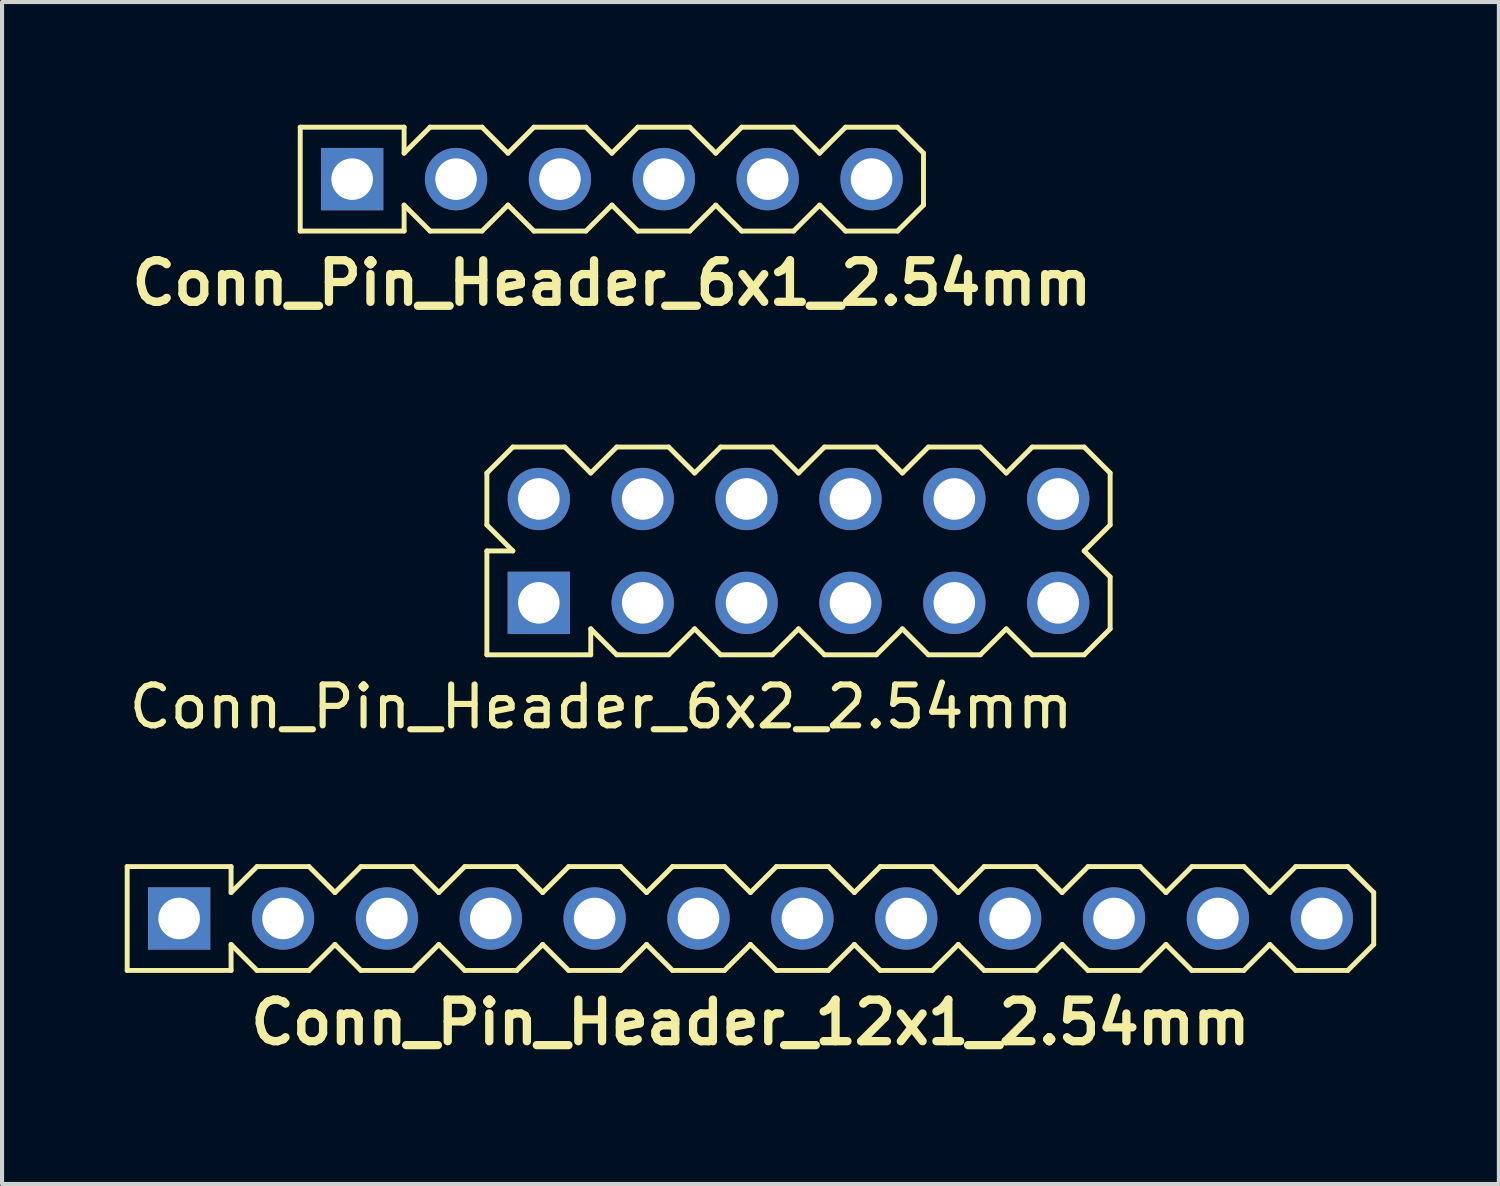
<source format=kicad_pcb>
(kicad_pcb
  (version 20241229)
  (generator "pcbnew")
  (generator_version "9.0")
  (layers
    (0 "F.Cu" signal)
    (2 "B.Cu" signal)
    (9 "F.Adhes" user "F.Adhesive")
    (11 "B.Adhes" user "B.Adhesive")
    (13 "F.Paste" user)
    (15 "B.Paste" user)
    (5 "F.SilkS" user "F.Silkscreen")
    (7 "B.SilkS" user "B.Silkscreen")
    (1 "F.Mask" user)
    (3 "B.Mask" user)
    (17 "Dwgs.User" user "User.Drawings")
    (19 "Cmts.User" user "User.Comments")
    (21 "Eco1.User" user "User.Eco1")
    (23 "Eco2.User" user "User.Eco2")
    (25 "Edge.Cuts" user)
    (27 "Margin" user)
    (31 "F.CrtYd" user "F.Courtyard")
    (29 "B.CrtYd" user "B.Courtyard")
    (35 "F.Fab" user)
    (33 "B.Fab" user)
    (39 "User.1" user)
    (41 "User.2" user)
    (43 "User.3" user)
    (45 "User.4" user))
  (footprint "Conn_Pin_Header_6x2_2.54mm"
    (layer "F.Cu")
    (at 17.745 10.421)
    (property "Reference" "Conn_Pin_Header_6x2_2.54mm" (at -6.096 3.81 0) (layer "F.SilkS") (effects (font (size 1 1) (thickness 0.15))))
    (attr through_hole)
    (fp_line (start -8.89 -1.905) (end -8.255 -2.54) (stroke (width 0.12) (type solid)) (layer "F.SilkS"))
    (fp_line (start -8.89 -0.635) (end -8.89 -1.905) (stroke (width 0.12) (type solid)) (layer "F.SilkS"))
    (fp_line (start -8.89 0) (end -8.255 0) (stroke (width 0.12) (type solid)) (layer "F.SilkS"))
    (fp_line (start -8.89 2.54) (end -8.89 0) (stroke (width 0.12) (type solid)) (layer "F.SilkS"))
    (fp_line (start -8.255 -2.54) (end -6.985 -2.54) (stroke (width 0.12) (type solid)) (layer "F.SilkS"))
    (fp_line (start -8.255 0) (end -8.89 -0.635) (stroke (width 0.12) (type solid)) (layer "F.SilkS"))
    (fp_line (start -6.985 -2.54) (end -6.35 -1.905) (stroke (width 0.12) (type solid)) (layer "F.SilkS"))
    (fp_line (start -6.35 -1.905) (end -5.715 -2.54) (stroke (width 0.12) (type solid)) (layer "F.SilkS"))
    (fp_line (start -6.35 1.905) (end -6.35 2.54) (stroke (width 0.12) (type solid)) (layer "F.SilkS"))
    (fp_line (start -6.35 2.54) (end -8.89 2.54) (stroke (width 0.12) (type solid)) (layer "F.SilkS"))
    (fp_line (start -5.715 -2.54) (end -4.445 -2.54) (stroke (width 0.12) (type solid)) (layer "F.SilkS"))
    (fp_line (start -5.715 2.54) (end -6.35 1.905) (stroke (width 0.12) (type solid)) (layer "F.SilkS"))
    (fp_line (start -4.445 -2.54) (end -3.81 -1.905) (stroke (width 0.12) (type solid)) (layer "F.SilkS"))
    (fp_line (start -4.445 2.54) (end -5.715 2.54) (stroke (width 0.12) (type solid)) (layer "F.SilkS"))
    (fp_line (start -3.81 -1.905) (end -3.175 -2.54) (stroke (width 0.12) (type solid)) (layer "F.SilkS"))
    (fp_line (start -3.81 1.905) (end -4.445 2.54) (stroke (width 0.12) (type solid)) (layer "F.SilkS"))
    (fp_line (start -3.175 -2.54) (end -1.905 -2.54) (stroke (width 0.12) (type solid)) (layer "F.SilkS"))
    (fp_line (start -3.175 2.54) (end -3.81 1.905) (stroke (width 0.12) (type solid)) (layer "F.SilkS"))
    (fp_line (start -1.905 -2.54) (end -1.27 -1.905) (stroke (width 0.12) (type solid)) (layer "F.SilkS"))
    (fp_line (start -1.905 2.54) (end -3.175 2.54) (stroke (width 0.12) (type solid)) (layer "F.SilkS"))
    (fp_line (start -1.27 -1.905) (end -0.635 -2.54) (stroke (width 0.12) (type solid)) (layer "F.SilkS"))
    (fp_line (start -1.27 1.905) (end -1.905 2.54) (stroke (width 0.12) (type solid)) (layer "F.SilkS"))
    (fp_line (start -0.635 -2.54) (end 0.635 -2.54) (stroke (width 0.12) (type solid)) (layer "F.SilkS"))
    (fp_line (start -0.635 2.54) (end -1.27 1.905) (stroke (width 0.12) (type solid)) (layer "F.SilkS"))
    (fp_line (start 0.635 -2.54) (end 1.27 -1.905) (stroke (width 0.12) (type solid)) (layer "F.SilkS"))
    (fp_line (start 0.635 2.54) (end -0.635 2.54) (stroke (width 0.12) (type solid)) (layer "F.SilkS"))
    (fp_line (start 1.27 -1.905) (end 1.905 -2.54) (stroke (width 0.12) (type solid)) (layer "F.SilkS"))
    (fp_line (start 1.27 1.905) (end 0.635 2.54) (stroke (width 0.12) (type solid)) (layer "F.SilkS"))
    (fp_line (start 1.905 -2.54) (end 3.175 -2.54) (stroke (width 0.12) (type solid)) (layer "F.SilkS"))
    (fp_line (start 1.905 2.54) (end 1.27 1.905) (stroke (width 0.12) (type solid)) (layer "F.SilkS"))
    (fp_line (start 3.175 -2.54) (end 3.81 -1.905) (stroke (width 0.12) (type solid)) (layer "F.SilkS"))
    (fp_line (start 3.175 2.54) (end 1.905 2.54) (stroke (width 0.12) (type solid)) (layer "F.SilkS"))
    (fp_line (start 3.81 -1.905) (end 4.445 -2.54) (stroke (width 0.12) (type solid)) (layer "F.SilkS"))
    (fp_line (start 3.81 1.905) (end 3.175 2.54) (stroke (width 0.12) (type solid)) (layer "F.SilkS"))
    (fp_line (start 4.445 -2.54) (end 5.715 -2.54) (stroke (width 0.12) (type solid)) (layer "F.SilkS"))
    (fp_line (start 4.445 2.54) (end 3.81 1.905) (stroke (width 0.12) (type solid)) (layer "F.SilkS"))
    (fp_line (start 5.715 -2.54) (end 6.35 -1.905) (stroke (width 0.12) (type solid)) (layer "F.SilkS"))
    (fp_line (start 5.715 0) (end 6.35 -0.635) (stroke (width 0.12) (type solid)) (layer "F.SilkS"))
    (fp_line (start 5.715 2.54) (end 4.445 2.54) (stroke (width 0.12) (type solid)) (layer "F.SilkS"))
    (fp_line (start 6.35 -0.635) (end 6.35 -1.905) (stroke (width 0.12) (type solid)) (layer "F.SilkS"))
    (fp_line (start 6.35 0.635) (end 5.715 0) (stroke (width 0.12) (type solid)) (layer "F.SilkS"))
    (fp_line (start 6.35 1.905) (end 5.715 2.54) (stroke (width 0.12) (type solid)) (layer "F.SilkS"))
    (fp_line (start 6.35 1.905) (end 6.35 0.635) (stroke (width 0.12) (type solid)) (layer "F.SilkS"))
    (pad "1" thru_hole rect (at -7.62 1.27) (size 1.524 1.524) (drill 1.016) (layers "*.Cu" "*.Mask"))
    (pad "2" thru_hole circle (at -7.62 -1.27) (size 1.524 1.524) (drill 1.016) (layers "*.Cu" "*.Mask"))
    (pad "3" thru_hole circle (at -5.08 1.27) (size 1.524 1.524) (drill 1.016) (layers "*.Cu" "*.Mask"))
    (pad "4" thru_hole circle (at -5.08 -1.27) (size 1.524 1.524) (drill 1.016) (layers "*.Cu" "*.Mask"))
    (pad "5" thru_hole circle (at -2.54 1.27) (size 1.524 1.524) (drill 1.016) (layers "*.Cu" "*.Mask"))
    (pad "6" thru_hole circle (at -2.54 -1.27) (size 1.524 1.524) (drill 1.016) (layers "*.Cu" "*.Mask"))
    (pad "7" thru_hole circle (at 0 1.27) (size 1.524 1.524) (drill 1.016) (layers "*.Cu" "*.Mask"))
    (pad "8" thru_hole circle (at 0 -1.27) (size 1.524 1.524) (drill 1.016) (layers "*.Cu" "*.Mask"))
    (pad "9" thru_hole circle (at 2.54 1.27) (size 1.524 1.524) (drill 1.016) (layers "*.Cu" "*.Mask"))
    (pad "10" thru_hole circle (at 2.54 -1.27) (size 1.524 1.524) (drill 1.016) (layers "*.Cu" "*.Mask"))
    (pad "11" thru_hole circle (at 5.08 1.27) (size 1.524 1.524) (drill 1.016) (layers "*.Cu" "*.Mask"))
    (pad "12" thru_hole circle (at 5.08 -1.27) (size 1.524 1.524) (drill 1.016) (layers "*.Cu" "*.Mask")))
  (footprint "Conn_Pin_Header_12x1_2.54mm"
    (layer "F.Cu")
    (at 15.3 19.409)
    (property "Reference" "Conn_Pin_Header_12x1_2.54mm" (at 0 2.54 0) (layer "F.SilkS") (effects (font (size 1.016 1.016) (thickness 0.203))))
    (attr through_hole)
    (fp_line (start -15.24 -1.27) (end -15.24 1.27) (stroke (width 0.12) (type solid)) (layer "F.SilkS"))
    (fp_line (start -15.24 1.27) (end -12.7 1.27) (stroke (width 0.12) (type solid)) (layer "F.SilkS"))
    (fp_line (start -12.7 -1.27) (end -15.24 -1.27) (stroke (width 0.12) (type solid)) (layer "F.SilkS"))
    (fp_line (start -12.7 -0.635) (end -12.7 -1.27) (stroke (width 0.12) (type solid)) (layer "F.SilkS"))
    (fp_line (start -12.7 0.635) (end -12.065 1.27) (stroke (width 0.12) (type solid)) (layer "F.SilkS"))
    (fp_line (start -12.7 1.27) (end -12.7 0.635) (stroke (width 0.12) (type solid)) (layer "F.SilkS"))
    (fp_line (start -12.065 -1.27) (end -12.7 -0.635) (stroke (width 0.12) (type solid)) (layer "F.SilkS"))
    (fp_line (start -12.065 1.27) (end -10.795 1.27) (stroke (width 0.12) (type solid)) (layer "F.SilkS"))
    (fp_line (start -10.795 -1.27) (end -12.065 -1.27) (stroke (width 0.12) (type solid)) (layer "F.SilkS"))
    (fp_line (start -10.795 1.27) (end -10.16 0.635) (stroke (width 0.12) (type solid)) (layer "F.SilkS"))
    (fp_line (start -10.16 -0.635) (end -10.795 -1.27) (stroke (width 0.12) (type solid)) (layer "F.SilkS"))
    (fp_line (start -10.16 0.635) (end -9.525 1.27) (stroke (width 0.12) (type solid)) (layer "F.SilkS"))
    (fp_line (start -9.525 -1.27) (end -10.16 -0.635) (stroke (width 0.12) (type solid)) (layer "F.SilkS"))
    (fp_line (start -9.525 1.27) (end -8.255 1.27) (stroke (width 0.12) (type solid)) (layer "F.SilkS"))
    (fp_line (start -8.255 -1.27) (end -9.525 -1.27) (stroke (width 0.12) (type solid)) (layer "F.SilkS"))
    (fp_line (start -8.255 1.27) (end -7.62 0.635) (stroke (width 0.12) (type solid)) (layer "F.SilkS"))
    (fp_line (start -7.62 -0.635) (end -8.255 -1.27) (stroke (width 0.12) (type solid)) (layer "F.SilkS"))
    (fp_line (start -7.62 0.635) (end -6.985 1.27) (stroke (width 0.12) (type solid)) (layer "F.SilkS"))
    (fp_line (start -6.985 -1.27) (end -7.62 -0.635) (stroke (width 0.12) (type solid)) (layer "F.SilkS"))
    (fp_line (start -6.985 1.27) (end -5.715 1.27) (stroke (width 0.12) (type solid)) (layer "F.SilkS"))
    (fp_line (start -5.715 -1.27) (end -6.985 -1.27) (stroke (width 0.12) (type solid)) (layer "F.SilkS"))
    (fp_line (start -5.715 1.27) (end -5.08 0.635) (stroke (width 0.12) (type solid)) (layer "F.SilkS"))
    (fp_line (start -5.08 -0.635) (end -5.715 -1.27) (stroke (width 0.12) (type solid)) (layer "F.SilkS"))
    (fp_line (start -5.08 0.635) (end -4.445 1.27) (stroke (width 0.12) (type solid)) (layer "F.SilkS"))
    (fp_line (start -4.445 -1.27) (end -5.08 -0.635) (stroke (width 0.12) (type solid)) (layer "F.SilkS"))
    (fp_line (start -4.445 1.27) (end -3.175 1.27) (stroke (width 0.12) (type solid)) (layer "F.SilkS"))
    (fp_line (start -3.175 -1.27) (end -4.445 -1.27) (stroke (width 0.12) (type solid)) (layer "F.SilkS"))
    (fp_line (start -3.175 1.27) (end -2.54 0.635) (stroke (width 0.12) (type solid)) (layer "F.SilkS"))
    (fp_line (start -2.54 -0.635) (end -3.175 -1.27) (stroke (width 0.12) (type solid)) (layer "F.SilkS"))
    (fp_line (start -2.54 0.635) (end -1.905 1.27) (stroke (width 0.12) (type solid)) (layer "F.SilkS"))
    (fp_line (start -1.905 -1.27) (end -2.54 -0.635) (stroke (width 0.12) (type solid)) (layer "F.SilkS"))
    (fp_line (start -1.905 1.27) (end -0.635 1.27) (stroke (width 0.12) (type solid)) (layer "F.SilkS"))
    (fp_line (start -0.635 -1.27) (end -1.905 -1.27) (stroke (width 0.12) (type solid)) (layer "F.SilkS"))
    (fp_line (start -0.635 1.27) (end 0 0.635) (stroke (width 0.12) (type solid)) (layer "F.SilkS"))
    (fp_line (start 0 -0.635) (end -0.635 -1.27) (stroke (width 0.12) (type solid)) (layer "F.SilkS"))
    (fp_line (start 0 0.635) (end 0.635 1.27) (stroke (width 0.12) (type solid)) (layer "F.SilkS"))
    (fp_line (start 0.635 -1.27) (end 0 -0.635) (stroke (width 0.12) (type solid)) (layer "F.SilkS"))
    (fp_line (start 0.635 1.27) (end 1.905 1.27) (stroke (width 0.12) (type solid)) (layer "F.SilkS"))
    (fp_line (start 1.905 -1.27) (end 0.635 -1.27) (stroke (width 0.12) (type solid)) (layer "F.SilkS"))
    (fp_line (start 1.905 1.27) (end 2.54 0.635) (stroke (width 0.12) (type solid)) (layer "F.SilkS"))
    (fp_line (start 2.54 -0.635) (end 1.905 -1.27) (stroke (width 0.12) (type solid)) (layer "F.SilkS"))
    (fp_line (start 2.54 0.635) (end 3.175 1.27) (stroke (width 0.12) (type solid)) (layer "F.SilkS"))
    (fp_line (start 3.175 -1.27) (end 2.54 -0.635) (stroke (width 0.12) (type solid)) (layer "F.SilkS"))
    (fp_line (start 3.175 1.27) (end 4.445 1.27) (stroke (width 0.12) (type solid)) (layer "F.SilkS"))
    (fp_line (start 4.445 -1.27) (end 3.175 -1.27) (stroke (width 0.12) (type solid)) (layer "F.SilkS"))
    (fp_line (start 4.445 1.27) (end 5.08 0.635) (stroke (width 0.12) (type solid)) (layer "F.SilkS"))
    (fp_line (start 5.08 -0.635) (end 4.445 -1.27) (stroke (width 0.12) (type solid)) (layer "F.SilkS"))
    (fp_line (start 5.08 0.635) (end 5.715 1.27) (stroke (width 0.12) (type solid)) (layer "F.SilkS"))
    (fp_line (start 5.715 -1.27) (end 5.08 -0.635) (stroke (width 0.12) (type solid)) (layer "F.SilkS"))
    (fp_line (start 5.715 1.27) (end 6.985 1.27) (stroke (width 0.12) (type solid)) (layer "F.SilkS"))
    (fp_line (start 6.985 -1.27) (end 5.715 -1.27) (stroke (width 0.12) (type solid)) (layer "F.SilkS"))
    (fp_line (start 6.985 1.27) (end 7.62 0.635) (stroke (width 0.12) (type solid)) (layer "F.SilkS"))
    (fp_line (start 7.62 -0.635) (end 6.985 -1.27) (stroke (width 0.12) (type solid)) (layer "F.SilkS"))
    (fp_line (start 7.62 0.635) (end 8.255 1.27) (stroke (width 0.12) (type solid)) (layer "F.SilkS"))
    (fp_line (start 8.255 -1.27) (end 7.62 -0.635) (stroke (width 0.12) (type solid)) (layer "F.SilkS"))
    (fp_line (start 8.255 1.27) (end 9.525 1.27) (stroke (width 0.12) (type solid)) (layer "F.SilkS"))
    (fp_line (start 9.525 -1.27) (end 8.255 -1.27) (stroke (width 0.12) (type solid)) (layer "F.SilkS"))
    (fp_line (start 9.525 1.27) (end 10.16 0.635) (stroke (width 0.12) (type solid)) (layer "F.SilkS"))
    (fp_line (start 10.16 -0.635) (end 9.525 -1.27) (stroke (width 0.12) (type solid)) (layer "F.SilkS"))
    (fp_line (start 10.16 0.635) (end 10.795 1.27) (stroke (width 0.12) (type solid)) (layer "F.SilkS"))
    (fp_line (start 10.795 -1.27) (end 10.16 -0.635) (stroke (width 0.12) (type solid)) (layer "F.SilkS"))
    (fp_line (start 10.795 1.27) (end 12.065 1.27) (stroke (width 0.12) (type solid)) (layer "F.SilkS"))
    (fp_line (start 12.065 -1.27) (end 10.795 -1.27) (stroke (width 0.12) (type solid)) (layer "F.SilkS"))
    (fp_line (start 12.065 1.27) (end 12.7 0.635) (stroke (width 0.12) (type solid)) (layer "F.SilkS"))
    (fp_line (start 12.7 -0.635) (end 12.065 -1.27) (stroke (width 0.12) (type solid)) (layer "F.SilkS"))
    (fp_line (start 12.7 0.635) (end 13.335 1.27) (stroke (width 0.12) (type solid)) (layer "F.SilkS"))
    (fp_line (start 13.335 -1.27) (end 12.7 -0.635) (stroke (width 0.12) (type solid)) (layer "F.SilkS"))
    (fp_line (start 13.335 1.27) (end 14.605 1.27) (stroke (width 0.12) (type solid)) (layer "F.SilkS"))
    (fp_line (start 14.605 -1.27) (end 13.335 -1.27) (stroke (width 0.12) (type solid)) (layer "F.SilkS"))
    (fp_line (start 14.605 1.27) (end 15.24 0.635) (stroke (width 0.12) (type solid)) (layer "F.SilkS"))
    (fp_line (start 15.24 -0.635) (end 14.605 -1.27) (stroke (width 0.12) (type solid)) (layer "F.SilkS"))
    (fp_line (start 15.24 -0.635) (end 15.24 0.635) (stroke (width 0.12) (type solid)) (layer "F.SilkS"))
    (pad "1" thru_hole rect (at -13.97 0) (size 1.524 1.524) (drill 1.016) (layers "*.Cu" "*.Mask"))
    (pad "2" thru_hole circle (at -11.43 0) (size 1.524 1.524) (drill 1.016) (layers "*.Cu" "*.Mask"))
    (pad "3" thru_hole circle (at -8.89 0) (size 1.524 1.524) (drill 1.016) (layers "*.Cu" "*.Mask"))
    (pad "4" thru_hole circle (at -6.35 0) (size 1.524 1.524) (drill 1.016) (layers "*.Cu" "*.Mask"))
    (pad "5" thru_hole circle (at -3.81 0) (size 1.524 1.524) (drill 1.016) (layers "*.Cu" "*.Mask"))
    (pad "6" thru_hole circle (at -1.27 0) (size 1.524 1.524) (drill 1.016) (layers "*.Cu" "*.Mask"))
    (pad "7" thru_hole circle (at 1.27 0) (size 1.524 1.524) (drill 1.016) (layers "*.Cu" "*.Mask"))
    (pad "8" thru_hole circle (at 3.81 0) (size 1.524 1.524) (drill 1.016) (layers "*.Cu" "*.Mask"))
    (pad "9" thru_hole circle (at 6.35 0) (size 1.524 1.524) (drill 1.016) (layers "*.Cu" "*.Mask"))
    (pad "10" thru_hole circle (at 8.89 0) (size 1.524 1.524) (drill 1.016) (layers "*.Cu" "*.Mask"))
    (pad "11" thru_hole circle (at 11.43 0) (size 1.524 1.524) (drill 1.016) (layers "*.Cu" "*.Mask"))
    (pad "12" thru_hole circle (at 13.97 0) (size 1.524 1.524) (drill 1.016) (layers "*.Cu" "*.Mask")))
  (footprint "Conn_Pin_Header_6x1_2.54mm"
    (layer "F.Cu")
    (at 11.911 1.33)
    (property "Reference" "Conn_Pin_Header_6x1_2.54mm" (at 0 2.54 0) (layer "F.SilkS") (effects (font (size 1.016 1.016) (thickness 0.203))))
    (attr through_hole)
    (fp_line (start -7.62 -1.27) (end -7.62 1.27) (stroke (width 0.12) (type solid)) (layer "F.SilkS"))
    (fp_line (start -7.62 1.27) (end -5.08 1.27) (stroke (width 0.12) (type solid)) (layer "F.SilkS"))
    (fp_line (start -5.08 -1.27) (end -7.62 -1.27) (stroke (width 0.12) (type solid)) (layer "F.SilkS"))
    (fp_line (start -5.08 -0.635) (end -5.08 -1.27) (stroke (width 0.12) (type solid)) (layer "F.SilkS"))
    (fp_line (start -5.08 0.635) (end -4.445 1.27) (stroke (width 0.12) (type solid)) (layer "F.SilkS"))
    (fp_line (start -5.08 1.27) (end -5.08 0.635) (stroke (width 0.12) (type solid)) (layer "F.SilkS"))
    (fp_line (start -4.445 -1.27) (end -5.08 -0.635) (stroke (width 0.12) (type solid)) (layer "F.SilkS"))
    (fp_line (start -4.445 1.27) (end -3.175 1.27) (stroke (width 0.12) (type solid)) (layer "F.SilkS"))
    (fp_line (start -3.175 -1.27) (end -4.445 -1.27) (stroke (width 0.12) (type solid)) (layer "F.SilkS"))
    (fp_line (start -3.175 1.27) (end -2.54 0.635) (stroke (width 0.12) (type solid)) (layer "F.SilkS"))
    (fp_line (start -2.54 -0.635) (end -3.175 -1.27) (stroke (width 0.12) (type solid)) (layer "F.SilkS"))
    (fp_line (start -2.54 0.635) (end -1.905 1.27) (stroke (width 0.12) (type solid)) (layer "F.SilkS"))
    (fp_line (start -1.905 -1.27) (end -2.54 -0.635) (stroke (width 0.12) (type solid)) (layer "F.SilkS"))
    (fp_line (start -1.905 1.27) (end -0.635 1.27) (stroke (width 0.12) (type solid)) (layer "F.SilkS"))
    (fp_line (start -0.635 -1.27) (end -1.905 -1.27) (stroke (width 0.12) (type solid)) (layer "F.SilkS"))
    (fp_line (start -0.635 1.27) (end 0 0.635) (stroke (width 0.12) (type solid)) (layer "F.SilkS"))
    (fp_line (start 0 -0.635) (end -0.635 -1.27) (stroke (width 0.12) (type solid)) (layer "F.SilkS"))
    (fp_line (start 0 0.635) (end 0.635 1.27) (stroke (width 0.12) (type solid)) (layer "F.SilkS"))
    (fp_line (start 0.635 -1.27) (end 0 -0.635) (stroke (width 0.12) (type solid)) (layer "F.SilkS"))
    (fp_line (start 0.635 1.27) (end 1.905 1.27) (stroke (width 0.12) (type solid)) (layer "F.SilkS"))
    (fp_line (start 1.905 -1.27) (end 0.635 -1.27) (stroke (width 0.12) (type solid)) (layer "F.SilkS"))
    (fp_line (start 1.905 1.27) (end 2.54 0.635) (stroke (width 0.12) (type solid)) (layer "F.SilkS"))
    (fp_line (start 2.54 -0.635) (end 1.905 -1.27) (stroke (width 0.12) (type solid)) (layer "F.SilkS"))
    (fp_line (start 2.54 0.635) (end 3.175 1.27) (stroke (width 0.12) (type solid)) (layer "F.SilkS"))
    (fp_line (start 3.175 -1.27) (end 2.54 -0.635) (stroke (width 0.12) (type solid)) (layer "F.SilkS"))
    (fp_line (start 3.175 1.27) (end 4.445 1.27) (stroke (width 0.12) (type solid)) (layer "F.SilkS"))
    (fp_line (start 4.445 -1.27) (end 3.175 -1.27) (stroke (width 0.12) (type solid)) (layer "F.SilkS"))
    (fp_line (start 4.445 1.27) (end 5.08 0.635) (stroke (width 0.12) (type solid)) (layer "F.SilkS"))
    (fp_line (start 5.08 -0.635) (end 4.445 -1.27) (stroke (width 0.12) (type solid)) (layer "F.SilkS"))
    (fp_line (start 5.08 0.635) (end 5.715 1.27) (stroke (width 0.12) (type solid)) (layer "F.SilkS"))
    (fp_line (start 5.715 -1.27) (end 5.08 -0.635) (stroke (width 0.12) (type solid)) (layer "F.SilkS"))
    (fp_line (start 5.715 1.27) (end 6.985 1.27) (stroke (width 0.12) (type solid)) (layer "F.SilkS"))
    (fp_line (start 6.985 -1.27) (end 5.715 -1.27) (stroke (width 0.12) (type solid)) (layer "F.SilkS"))
    (fp_line (start 6.985 1.27) (end 7.62 0.635) (stroke (width 0.12) (type solid)) (layer "F.SilkS"))
    (fp_line (start 7.62 -0.635) (end 6.985 -1.27) (stroke (width 0.12) (type solid)) (layer "F.SilkS"))
    (fp_line (start 7.62 0.635) (end 7.62 -0.635) (stroke (width 0.12) (type solid)) (layer "F.SilkS"))
    (pad "1" thru_hole rect (at -6.35 0) (size 1.524 1.524) (drill 1.016) (layers "*.Cu" "*.Mask"))
    (pad "2" thru_hole circle (at -3.81 0) (size 1.524 1.524) (drill 1.016) (layers "*.Cu" "*.Mask"))
    (pad "3" thru_hole circle (at -1.27 0) (size 1.524 1.524) (drill 1.016) (layers "*.Cu" "*.Mask"))
    (pad "4" thru_hole circle (at 1.27 0) (size 1.524 1.524) (drill 1.016) (layers "*.Cu" "*.Mask"))
    (pad "5" thru_hole circle (at 3.81 0) (size 1.524 1.524) (drill 1.016) (layers "*.Cu" "*.Mask"))
    (pad "6" thru_hole circle (at 6.35 0) (size 1.524 1.524) (drill 1.016) (layers "*.Cu" "*.Mask")))
  (gr_rect
    (start -3 -3)
    (end 33.6 25.9)
    (stroke (width 0.1) (type default))
    (fill no)
    (layer "Edge.Cuts")))
</source>
